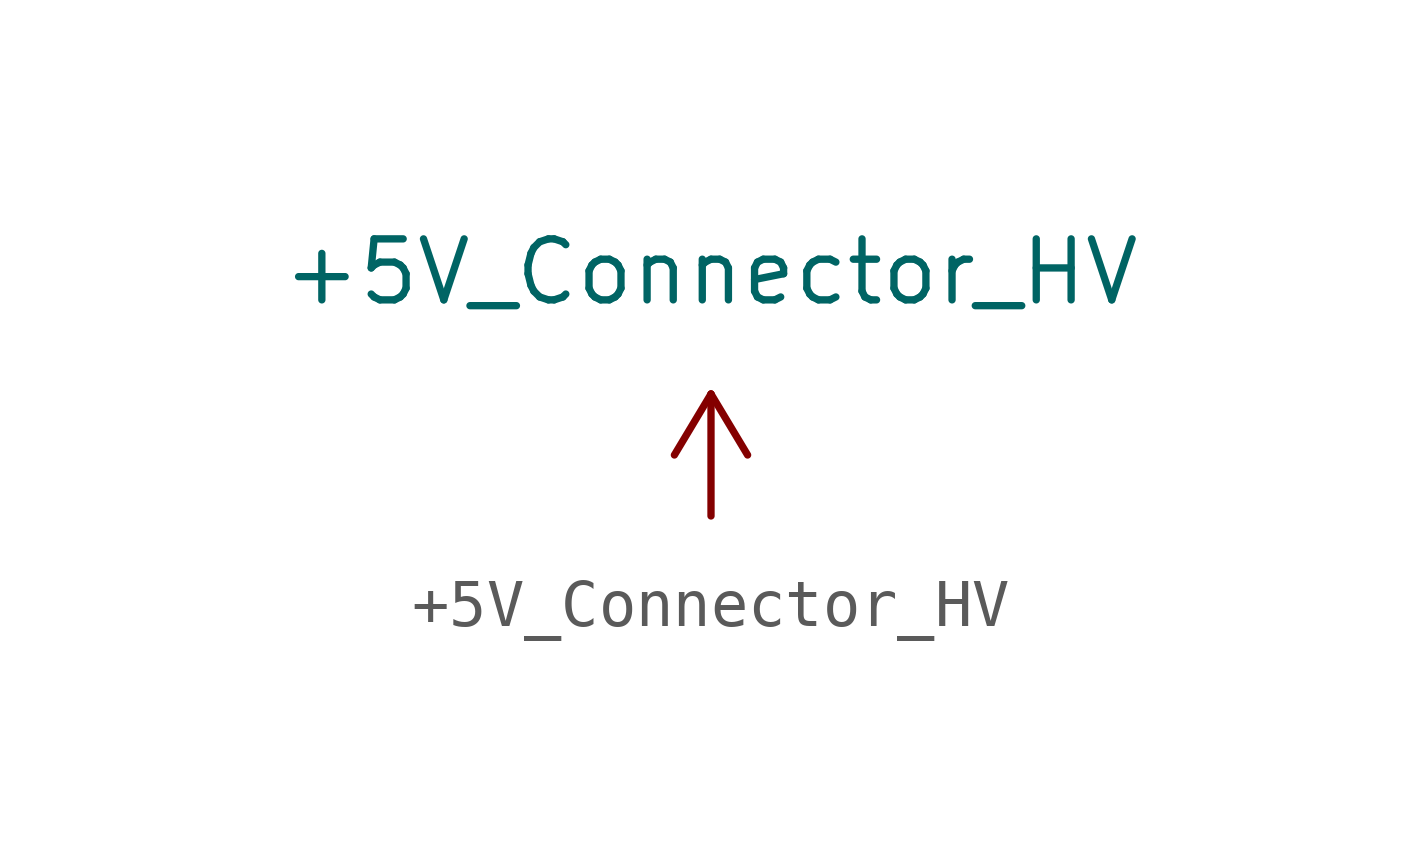
<source format=kicad_sym>
(kicad_symbol_lib
  (version 20220914)
  (generator kicad_symbol_editor)
  (symbol "+5V_Connector_HV"
    (power)
    (pin_numbers hide)
    (pin_names
      (offset 0))
    (property "Reference" "#PWR"
      (at 1.27 0 90)
      (effects (font (size 1.27 1.27)) hide))
    (property "Value" "+5V_Connector_HV"
      (at 0 5.08 0)
      (effects (font (size 1.27 1.27))))
    (symbol "+5V_Connector_HV_1_1"
      (polyline (pts (xy -0.762 1.27) (xy 0 2.54)) (stroke (width 0) (type default)) (fill (type none)))
      (polyline (pts (xy 0 0) (xy 0 2.54)) (stroke (width 0) (type default)) (fill (type none)))
      (polyline (pts (xy 0 2.54) (xy 0.762 1.27)) (stroke (width 0) (type default)) (fill (type none)))
      (pin power_in line (at 0 0 90) (length 0) hide (name "+5V_Connector_HV" (effects (font (size 1.27 1.27)))) (number "1" (effects (font (size 1.27 1.27))))))))
</source>
